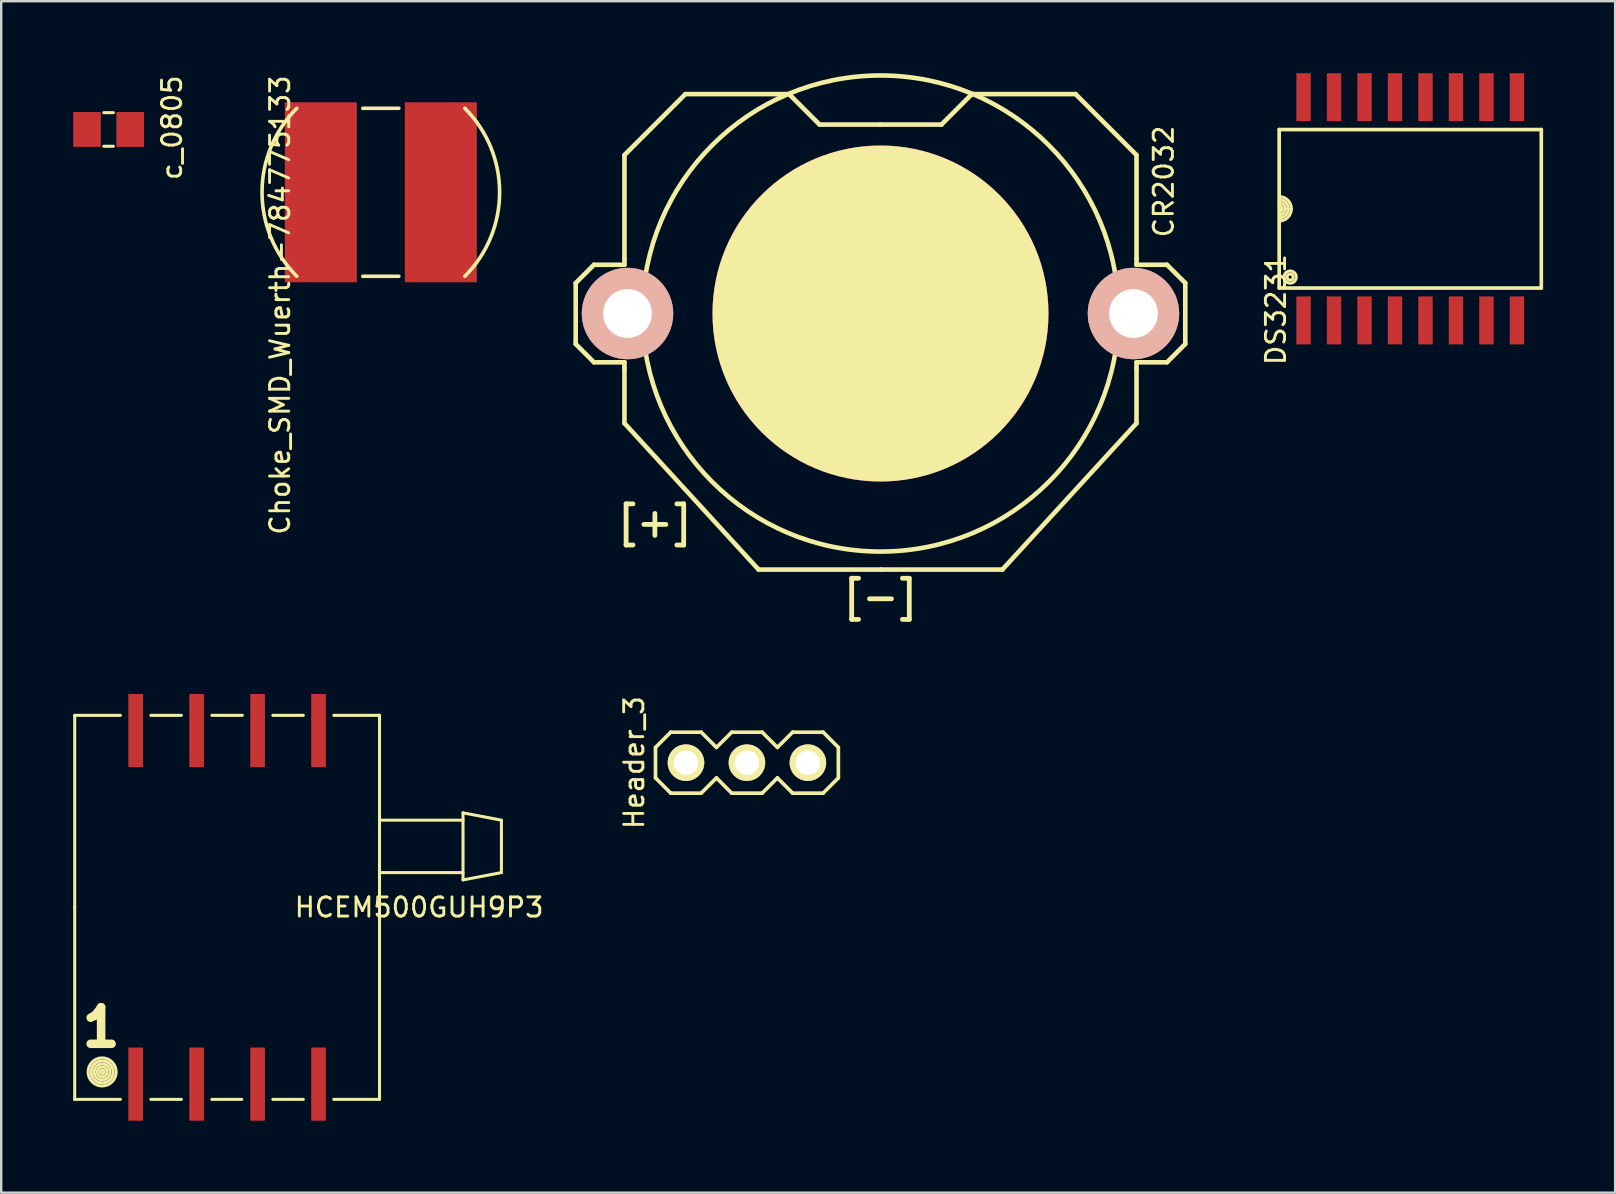
<source format=kicad_pcb>
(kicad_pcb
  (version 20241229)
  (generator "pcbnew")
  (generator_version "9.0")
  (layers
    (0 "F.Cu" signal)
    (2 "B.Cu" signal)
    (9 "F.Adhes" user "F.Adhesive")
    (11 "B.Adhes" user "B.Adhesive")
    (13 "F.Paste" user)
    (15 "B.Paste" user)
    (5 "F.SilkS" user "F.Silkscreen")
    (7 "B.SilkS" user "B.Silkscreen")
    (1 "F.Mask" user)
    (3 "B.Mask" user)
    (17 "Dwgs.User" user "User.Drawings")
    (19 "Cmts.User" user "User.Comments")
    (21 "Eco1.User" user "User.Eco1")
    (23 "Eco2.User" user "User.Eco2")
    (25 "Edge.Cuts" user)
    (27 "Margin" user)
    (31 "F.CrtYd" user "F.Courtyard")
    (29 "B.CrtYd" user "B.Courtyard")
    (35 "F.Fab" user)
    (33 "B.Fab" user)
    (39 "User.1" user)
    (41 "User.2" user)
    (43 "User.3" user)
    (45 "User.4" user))
  (footprint "Choke_SMD_Wuerth-784775133"
    (layer "F.Cu")
    (at 12.818 4.962)
    (property "Reference" "Choke_SMD_Wuerth-784775133" (at -4.2 4.7 90) (layer "F.SilkS") (effects (font (size 0.8 0.8) (thickness 0.12))))
    (attr smd)
    (fp_line (start -0.75 3.5) (end 0.75 3.5) (stroke (width 0.15) (type solid)) (layer "F.SilkS"))
    (fp_line (start 0.75 -3.5) (end -0.75 -3.5) (stroke (width 0.15) (type solid)) (layer "F.SilkS"))
    (fp_arc (start -3.5 3.5) (mid -4.949747 0) (end -3.5 -3.5) (stroke (width 0.15) (type solid)) (layer "F.SilkS"))
    (fp_arc (start 3.5 -3.5) (mid 4.949747 0) (end 3.5 3.5) (stroke (width 0.15) (type solid)) (layer "F.SilkS"))
    (pad "1" smd rect (at -2.5 0) (size 3 7.5) (layers "F.Cu" "F.Mask" "F.Paste"))
    (pad "2" smd rect (at 2.5 0) (size 3 7.5) (layers "F.Cu" "F.Mask" "F.Paste")))
  (footprint "Header_3"
    (layer "F.Cu")
    (at 28.073 28.729)
    (property "Reference" "Header_3" (at -4.7 0 90) (layer "F.SilkS") (effects (font (size 0.8 0.8) (thickness 0.12))))
    (attr smd)
    (fp_line (start -3.81 -0.635) (end -3.81 0.635) (stroke (width 0.152) (type solid)) (layer "F.SilkS"))
    (fp_line (start -3.81 -0.635) (end -3.175 -1.27) (stroke (width 0.152) (type solid)) (layer "F.SilkS"))
    (fp_line (start -3.175 -1.27) (end -1.905 -1.27) (stroke (width 0.152) (type solid)) (layer "F.SilkS"))
    (fp_line (start -3.175 1.27) (end -3.81 0.635) (stroke (width 0.152) (type solid)) (layer "F.SilkS"))
    (fp_line (start -1.905 -1.27) (end -1.27 -0.635) (stroke (width 0.152) (type solid)) (layer "F.SilkS"))
    (fp_line (start -1.905 1.27) (end -3.175 1.27) (stroke (width 0.152) (type solid)) (layer "F.SilkS"))
    (fp_line (start -1.27 -0.635) (end -0.635 -1.27) (stroke (width 0.152) (type solid)) (layer "F.SilkS"))
    (fp_line (start -1.27 0.635) (end -1.905 1.27) (stroke (width 0.152) (type solid)) (layer "F.SilkS"))
    (fp_line (start -0.635 -1.27) (end 0.635 -1.27) (stroke (width 0.152) (type solid)) (layer "F.SilkS"))
    (fp_line (start -0.635 1.27) (end -1.27 0.635) (stroke (width 0.152) (type solid)) (layer "F.SilkS"))
    (fp_line (start 0.635 -1.27) (end 1.27 -0.635) (stroke (width 0.152) (type solid)) (layer "F.SilkS"))
    (fp_line (start 0.635 1.27) (end -0.635 1.27) (stroke (width 0.152) (type solid)) (layer "F.SilkS"))
    (fp_line (start 1.27 -0.635) (end 1.905 -1.27) (stroke (width 0.152) (type solid)) (layer "F.SilkS"))
    (fp_line (start 1.27 0.635) (end 0.635 1.27) (stroke (width 0.152) (type solid)) (layer "F.SilkS"))
    (fp_line (start 1.905 -1.27) (end 3.175 -1.27) (stroke (width 0.152) (type solid)) (layer "F.SilkS"))
    (fp_line (start 1.905 1.27) (end 1.27 0.635) (stroke (width 0.152) (type solid)) (layer "F.SilkS"))
    (fp_line (start 3.175 -1.27) (end 3.81 -0.635) (stroke (width 0.152) (type solid)) (layer "F.SilkS"))
    (fp_line (start 3.175 1.27) (end 1.905 1.27) (stroke (width 0.152) (type solid)) (layer "F.SilkS"))
    (fp_line (start 3.81 -0.635) (end 3.81 0.635) (stroke (width 0.152) (type solid)) (layer "F.SilkS"))
    (fp_line (start 3.81 0.635) (end 3.175 1.27) (stroke (width 0.152) (type solid)) (layer "F.SilkS"))
    (pad "1" thru_hole circle (at -2.54 0) (size 1.524 1.524) (drill 1.016) (layers "*.Cu" "*.Mask" "F.SilkS"))
    (pad "2" thru_hole circle (at 0 0) (size 1.524 1.524) (drill 1.016) (layers "*.Cu" "*.Mask" "F.SilkS"))
    (pad "3" thru_hole circle (at 2.54 0) (size 1.524 1.524) (drill 1.016) (layers "*.Cu" "*.Mask" "F.SilkS")))
  (footprint "HCEM500GUH9P3"
    (layer "F.Cu")
    (at 6.413 34.757)
    (property "Reference" "HCEM500GUH9P3" (at 8 0 180) (layer "F.SilkS") (effects (font (size 0.8 0.8) (thickness 0.12))))
    (attr smd)
    (fp_line (start -6.35 -8.001) (end -4.445 -8.001) (stroke (width 0.127) (type solid)) (layer "F.SilkS"))
    (fp_line (start -6.35 0) (end -6.35 -8.001) (stroke (width 0.127) (type solid)) (layer "F.SilkS"))
    (fp_line (start -6.35 8.001) (end -6.35 0) (stroke (width 0.127) (type solid)) (layer "F.SilkS"))
    (fp_line (start -4.445 8.001) (end -6.35 8.001) (stroke (width 0.127) (type solid)) (layer "F.SilkS"))
    (fp_line (start -3.175 -8.001) (end -1.905 -8.001) (stroke (width 0.127) (type solid)) (layer "F.SilkS"))
    (fp_line (start -1.905 8.001) (end -3.175 8.001) (stroke (width 0.127) (type solid)) (layer "F.SilkS"))
    (fp_line (start -0.635 -8.001) (end 0.635 -8.001) (stroke (width 0.127) (type solid)) (layer "F.SilkS"))
    (fp_line (start 0.61 8.001) (end -0.635 8.001) (stroke (width 0.127) (type solid)) (layer "F.SilkS"))
    (fp_line (start 1.905 -8.001) (end 3.175 -8.001) (stroke (width 0.127) (type solid)) (layer "F.SilkS"))
    (fp_line (start 3.175 8.001) (end 1.905 8.001) (stroke (width 0.127) (type solid)) (layer "F.SilkS"))
    (fp_line (start 4.445 -8.001) (end 6.35 -8.001) (stroke (width 0.127) (type solid)) (layer "F.SilkS"))
    (fp_line (start 6.35 -8.001) (end 6.35 0) (stroke (width 0.127) (type solid)) (layer "F.SilkS"))
    (fp_line (start 6.35 0) (end 6.35 8.001) (stroke (width 0.127) (type solid)) (layer "F.SilkS"))
    (fp_line (start 6.35 8.001) (end 4.445 8.001) (stroke (width 0.127) (type solid)) (layer "F.SilkS"))
    (fp_line (start 9.83 -3.937) (end 11.43 -3.632) (stroke (width 0.127) (type solid)) (layer "F.SilkS"))
    (fp_line (start 9.83 -3.632) (end 6.35 -3.632) (stroke (width 0.127) (type solid)) (layer "F.SilkS"))
    (fp_line (start 9.83 -1.448) (end 6.35 -1.448) (stroke (width 0.127) (type solid)) (layer "F.SilkS"))
    (fp_line (start 9.83 -1.143) (end 9.83 -3.937) (stroke (width 0.127) (type solid)) (layer "F.SilkS"))
    (fp_line (start 11.43 -2.54) (end 11.43 -3.632) (stroke (width 0.127) (type solid)) (layer "F.SilkS"))
    (fp_line (start 11.43 -2.54) (end 11.43 -1.448) (stroke (width 0.127) (type solid)) (layer "F.SilkS"))
    (fp_line (start 11.43 -1.448) (end 9.83 -1.143) (stroke (width 0.127) (type solid)) (layer "F.SilkS"))
    (fp_circle (center -5.207 6.858) (end -5.791 6.883) (stroke (width 0.127) (type solid)) (fill no) (layer "F.SilkS"))
    (fp_circle (center -5.207 6.858) (end -5.664 6.883) (stroke (width 0.127) (type solid)) (fill no) (layer "F.SilkS"))
    (fp_circle (center -5.207 6.858) (end -5.537 6.858) (stroke (width 0.127) (type solid)) (fill no) (layer "F.SilkS"))
    (fp_circle (center -5.207 6.858) (end -5.41 6.858) (stroke (width 0.127) (type solid)) (fill no) (layer "F.SilkS"))
    (fp_circle (center -5.207 6.858) (end -5.283 6.858) (stroke (width 0.127) (type solid)) (fill no) (layer "F.SilkS"))
    (fp_text user "1" (at -5.25 5 0) (layer "F.SilkS") (effects (font (size 1.524 1.524) (thickness 0.356))))
    (pad "1" smd rect (at -3.81 7.366) (size 0.61 3.048) (layers "F.Cu" "F.Mask" "F.Paste"))
    (pad "2" smd rect (at -1.27 7.366) (size 0.61 3.048) (layers "F.Cu" "F.Mask" "F.Paste"))
    (pad "3" smd rect (at 1.27 7.366) (size 0.61 3.048) (layers "F.Cu" "F.Mask" "F.Paste"))
    (pad "4" smd rect (at 3.81 7.366) (size 0.61 3.048) (layers "F.Cu" "F.Mask" "F.Paste"))
    (pad "5" smd rect (at 3.81 -7.366) (size 0.61 3.048) (layers "F.Cu" "F.Mask" "F.Paste"))
    (pad "6" smd rect (at 1.27 -7.366) (size 0.61 3.048) (layers "F.Cu" "F.Mask" "F.Paste"))
    (pad "7" smd rect (at -1.27 -7.366) (size 0.61 3.048) (layers "F.Cu" "F.Mask" "F.Paste"))
    (pad "8" smd rect (at -3.81 -7.366) (size 0.61 3.048) (layers "F.Cu" "F.Mask" "F.Paste")))
  (footprint "CR2032"
    (layer "F.Cu")
    (at 33.638 10.014)
    (property "Reference" "CR2032" (at 11.8 -5.5 90) (layer "F.SilkS") (effects (font (size 0.8 0.8) (thickness 0.12))))
    (attr smd)
    (fp_line (start -12.7 -1.27) (end -11.938 -2.032) (stroke (width 0.191) (type solid)) (layer "F.SilkS"))
    (fp_line (start -12.7 1.27) (end -12.7 -1.27) (stroke (width 0.191) (type solid)) (layer "F.SilkS"))
    (fp_line (start -11.938 -2.032) (end -10.668 -2.032) (stroke (width 0.191) (type solid)) (layer "F.SilkS"))
    (fp_line (start -11.938 2.032) (end -12.7 1.27) (stroke (width 0.191) (type solid)) (layer "F.SilkS"))
    (fp_line (start -10.668 -6.604) (end -10.668 -2.286) (stroke (width 0.191) (type solid)) (layer "F.SilkS"))
    (fp_line (start -10.668 -2.032) (end -10.668 -2.286) (stroke (width 0.191) (type solid)) (layer "F.SilkS"))
    (fp_line (start -10.668 2.032) (end -11.938 2.032) (stroke (width 0.191) (type solid)) (layer "F.SilkS"))
    (fp_line (start -10.668 2.286) (end -10.668 2.032) (stroke (width 0.191) (type solid)) (layer "F.SilkS"))
    (fp_line (start -10.668 4.572) (end -10.668 2.286) (stroke (width 0.191) (type solid)) (layer "F.SilkS"))
    (fp_line (start -8.128 -9.144) (end -10.668 -6.604) (stroke (width 0.191) (type solid)) (layer "F.SilkS"))
    (fp_line (start -8.128 -9.144) (end -3.81 -9.144) (stroke (width 0.191) (type solid)) (layer "F.SilkS"))
    (fp_line (start -5.08 10.668) (end -10.668 4.572) (stroke (width 0.191) (type solid)) (layer "F.SilkS"))
    (fp_line (start -2.54 -7.874) (end -3.81 -9.144) (stroke (width 0.191) (type solid)) (layer "F.SilkS"))
    (fp_line (start 0 -7.874) (end -2.54 -7.874) (stroke (width 0.191) (type solid)) (layer "F.SilkS"))
    (fp_line (start 0 -7.874) (end 2.54 -7.874) (stroke (width 0.191) (type solid)) (layer "F.SilkS"))
    (fp_line (start 0 10.668) (end -5.08 10.668) (stroke (width 0.191) (type solid)) (layer "F.SilkS"))
    (fp_line (start 0 10.668) (end 5.08 10.668) (stroke (width 0.191) (type solid)) (layer "F.SilkS"))
    (fp_line (start 2.54 -7.874) (end 3.81 -9.144) (stroke (width 0.191) (type solid)) (layer "F.SilkS"))
    (fp_line (start 3.81 -9.144) (end 8.128 -9.144) (stroke (width 0.191) (type solid)) (layer "F.SilkS"))
    (fp_line (start 8.128 -9.144) (end 10.668 -6.604) (stroke (width 0.191) (type solid)) (layer "F.SilkS"))
    (fp_line (start 10.668 -6.604) (end 10.668 -2.286) (stroke (width 0.191) (type solid)) (layer "F.SilkS"))
    (fp_line (start 10.668 -2.286) (end 10.668 -2.032) (stroke (width 0.191) (type solid)) (layer "F.SilkS"))
    (fp_line (start 10.668 -2.032) (end 11.938 -2.032) (stroke (width 0.191) (type solid)) (layer "F.SilkS"))
    (fp_line (start 10.668 2.032) (end 10.668 2.286) (stroke (width 0.191) (type solid)) (layer "F.SilkS"))
    (fp_line (start 10.668 4.572) (end 5.08 10.668) (stroke (width 0.191) (type solid)) (layer "F.SilkS"))
    (fp_line (start 10.668 4.572) (end 10.668 2.286) (stroke (width 0.191) (type solid)) (layer "F.SilkS"))
    (fp_line (start 11.938 -2.032) (end 12.7 -1.27) (stroke (width 0.191) (type solid)) (layer "F.SilkS"))
    (fp_line (start 11.938 2.032) (end 10.668 2.032) (stroke (width 0.191) (type solid)) (layer "F.SilkS"))
    (fp_line (start 12.7 -1.27) (end 12.7 1.27) (stroke (width 0.191) (type solid)) (layer "F.SilkS"))
    (fp_line (start 12.7 1.27) (end 11.938 2.032) (stroke (width 0.191) (type solid)) (layer "F.SilkS"))
    (fp_circle (center 0 0) (end 9.906 -0.508) (stroke (width 0.191) (type solid)) (fill no) (layer "F.SilkS"))
    (fp_text user "[-]" (at 0 11.8 0) (layer "F.SilkS") (effects (font (size 1.2 1.2) (thickness 0.2))))
    (fp_text user "[+]" (at -9.4 8.7 0) (layer "F.SilkS") (effects (font (size 1.2 1.2) (thickness 0.2))))
    (pad "+" thru_hole circle (at -10.541 0) (size 3.81 3.81) (drill 2.032) (layers "B.Cu" "B.Mask" "B.SilkS" "B.Adhes" "B.Paste"))
    (pad "+" thru_hole circle (at 10.541 0) (size 3.81 3.81) (drill 2.032) (layers "B.Cu" "B.Mask" "B.SilkS" "B.Adhes" "B.Paste"))
    (pad "-" smd circle (at 0 0) (size 14 14) (layers "F.Cu" "F.Mask" "F.SilkS" "F.Adhes" "F.Paste")))
  (footprint "DS3231"
    (layer "F.Cu")
    (at 55.712 5.65)
    (property "Reference" "DS3231" (at -5.6 4.2 90) (layer "F.SilkS") (effects (font (size 0.8 0.8) (thickness 0.12))))
    (attr smd)
    (fp_line (start -5.461 -3.302) (end -5.461 3.302) (stroke (width 0.152) (type solid)) (layer "F.SilkS"))
    (fp_line (start -5.461 -3.302) (end 5.461 -3.302) (stroke (width 0.152) (type solid)) (layer "F.SilkS"))
    (fp_line (start 5.461 3.302) (end -5.461 3.302) (stroke (width 0.152) (type solid)) (layer "F.SilkS"))
    (fp_line (start 5.461 3.302) (end 5.461 -3.302) (stroke (width 0.152) (type solid)) (layer "F.SilkS"))
    (fp_arc (start -5.461 -0.508) (mid -5.10179 -0.35921) (end -4.953 0) (stroke (width 0.127) (type solid)) (layer "F.SilkS"))
    (fp_arc (start -5.461 -0.381) (mid -5.191592 -0.269408) (end -5.08 0) (stroke (width 0.127) (type solid)) (layer "F.SilkS"))
    (fp_arc (start -5.461 -0.254) (mid -5.281395 -0.179605) (end -5.207 0) (stroke (width 0.127) (type solid)) (layer "F.SilkS"))
    (fp_arc (start -5.461 -0.127) (mid -5.371197 -0.089803) (end -5.334 0) (stroke (width 0.127) (type solid)) (layer "F.SilkS"))
    (fp_arc (start -5.334 0) (mid -5.371197 0.089803) (end -5.461 0.127) (stroke (width 0.127) (type solid)) (layer "F.SilkS"))
    (fp_arc (start -5.207 0) (mid -5.281395 0.179605) (end -5.461 0.254) (stroke (width 0.127) (type solid)) (layer "F.SilkS"))
    (fp_arc (start -5.08 0) (mid -5.191592 0.269408) (end -5.461 0.381) (stroke (width 0.127) (type solid)) (layer "F.SilkS"))
    (fp_arc (start -4.953 0) (mid -5.10179 0.35921) (end -5.461 0.508) (stroke (width 0.127) (type solid)) (layer "F.SilkS"))
    (fp_circle (center -5.004 2.845) (end -5.258 2.845) (stroke (width 0.127) (type solid)) (fill no) (layer "F.SilkS"))
    (fp_circle (center -5.004 2.845) (end -5.131 2.845) (stroke (width 0.127) (type solid)) (fill no) (layer "F.SilkS"))
    (pad "1" smd rect (at -4.445 4.651) (size 0.599 1.999) (layers "F.Cu" "F.Mask" "F.Paste"))
    (pad "2" smd rect (at -3.175 4.651) (size 0.599 1.999) (layers "F.Cu" "F.Mask" "F.Paste"))
    (pad "3" smd rect (at -1.905 4.651) (size 0.599 1.999) (layers "F.Cu" "F.Mask" "F.Paste"))
    (pad "4" smd rect (at -0.635 4.651) (size 0.599 1.999) (layers "F.Cu" "F.Mask" "F.Paste"))
    (pad "5" smd rect (at 0.635 4.651) (size 0.599 1.999) (layers "F.Cu" "F.Mask" "F.Paste"))
    (pad "6" smd rect (at 1.905 4.651) (size 0.599 1.999) (layers "F.Cu" "F.Mask" "F.Paste"))
    (pad "7" smd rect (at 3.175 4.651) (size 0.599 1.999) (layers "F.Cu" "F.Mask" "F.Paste"))
    (pad "8" smd rect (at 4.445 4.651) (size 0.599 1.999) (layers "F.Cu" "F.Mask" "F.Paste"))
    (pad "9" smd rect (at 4.445 -4.651) (size 0.599 1.999) (layers "F.Cu" "F.Mask" "F.Paste"))
    (pad "10" smd rect (at 3.175 -4.651) (size 0.599 1.999) (layers "F.Cu" "F.Mask" "F.Paste"))
    (pad "11" smd rect (at 1.905 -4.651) (size 0.599 1.999) (layers "F.Cu" "F.Mask" "F.Paste"))
    (pad "12" smd rect (at 0.635 -4.651) (size 0.599 1.999) (layers "F.Cu" "F.Mask" "F.Paste"))
    (pad "13" smd rect (at -0.635 -4.651) (size 0.599 1.999) (layers "F.Cu" "F.Mask" "F.Paste"))
    (pad "14" smd rect (at -1.905 -4.651) (size 0.599 1.999) (layers "F.Cu" "F.Mask" "F.Paste"))
    (pad "15" smd rect (at -3.175 -4.651) (size 0.599 1.999) (layers "F.Cu" "F.Mask" "F.Paste"))
    (pad "16" smd rect (at -4.445 -4.651) (size 0.599 1.999) (layers "F.Cu" "F.Mask" "F.Paste")))
  (footprint "c_0805"
    (layer "F.Cu")
    (at 1.475 2.344)
    (property "Reference" "c_0805" (at 2.64 -0.073 90) (layer "F.SilkS") (effects (font (size 0.8 0.8) (thickness 0.12))))
    (attr smd)
    (fp_line (start -0.2 -0.7) (end 0.2 -0.7) (stroke (width 0.127) (type solid)) (layer "F.SilkS"))
    (fp_line (start 0.2 0.7) (end -0.2 0.7) (stroke (width 0.127) (type solid)) (layer "F.SilkS"))
    (pad "1" smd rect (at 0.9 0) (size 1.15 1.45) (layers "F.Cu" "F.Mask" "F.Paste"))
    (pad "2" smd rect (at -0.9 0) (size 1.15 1.45) (layers "F.Cu" "F.Mask" "F.Paste")))
  (gr_rect
    (start -3 -3)
    (end 64.249 46.647)
    (stroke (width 0.1) (type default))
    (fill no)
    (layer "Edge.Cuts")))
</source>
